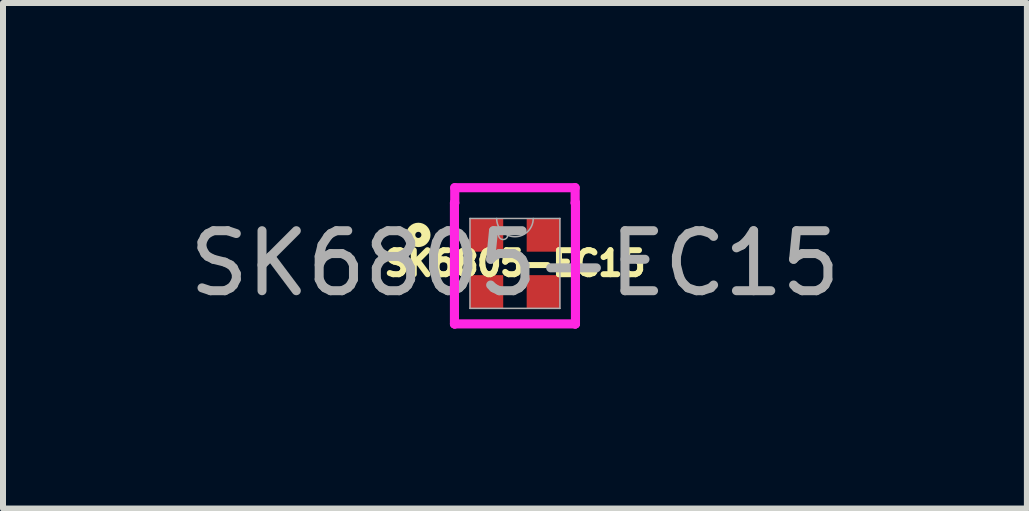
<source format=kicad_pcb>
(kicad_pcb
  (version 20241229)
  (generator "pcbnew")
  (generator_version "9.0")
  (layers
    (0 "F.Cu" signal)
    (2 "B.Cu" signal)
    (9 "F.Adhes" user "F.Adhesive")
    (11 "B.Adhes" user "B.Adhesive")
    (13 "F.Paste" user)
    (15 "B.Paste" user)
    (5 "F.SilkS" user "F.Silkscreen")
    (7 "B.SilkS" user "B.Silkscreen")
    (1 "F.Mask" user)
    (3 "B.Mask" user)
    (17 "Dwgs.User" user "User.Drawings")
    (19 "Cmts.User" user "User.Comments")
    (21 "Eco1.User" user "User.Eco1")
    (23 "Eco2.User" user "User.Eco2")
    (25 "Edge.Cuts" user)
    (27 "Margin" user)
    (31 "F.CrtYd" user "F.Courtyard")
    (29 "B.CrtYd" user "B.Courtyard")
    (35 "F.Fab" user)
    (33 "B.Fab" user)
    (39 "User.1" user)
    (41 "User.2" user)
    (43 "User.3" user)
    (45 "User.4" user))
  (footprint "SK6805-EC15"
    (layer "F.Cu")
    (at 5.53 1.339)
    (property "Reference" "SK6805-EC15" (at 0 0 0) (unlocked yes) (layer "F.SilkS") (effects (font (size 0.4 0.4) (thickness 0.1) (bold yes))))
    (attr smd)
    (fp_circle (center -1.61 -0.475) (end -1.483 -0.475) (stroke (width 0.152) (type solid)) (fill no) (layer "F.SilkS"))
    (fp_line (start -1.008 -1.008) (end -1.003 -1.008) (stroke (width 0.152) (type solid)) (layer "F.CrtYd"))
    (fp_line (start -1.008 1.008) (end -1.008 -1.008) (stroke (width 0.152) (type solid)) (layer "F.CrtYd"))
    (fp_line (start -1.008 1.008) (end -1.003 1.008) (stroke (width 0.152) (type solid)) (layer "F.CrtYd"))
    (fp_line (start -1.003 -1.262) (end 1.003 -1.262) (stroke (width 0.152) (type solid)) (layer "F.CrtYd"))
    (fp_line (start -1.003 -1.008) (end -1.003 -1.262) (stroke (width 0.152) (type solid)) (layer "F.CrtYd"))
    (fp_line (start -1.003 1.008) (end -1.003 1.008) (stroke (width 0.152) (type solid)) (layer "F.CrtYd"))
    (fp_line (start 1.003 -1.262) (end 1.003 -1.008) (stroke (width 0.152) (type solid)) (layer "F.CrtYd"))
    (fp_line (start 1.003 1.008) (end -1.003 1.008) (stroke (width 0.152) (type solid)) (layer "F.CrtYd"))
    (fp_line (start 1.003 1.008) (end 1.003 1.008) (stroke (width 0.152) (type solid)) (layer "F.CrtYd"))
    (fp_line (start 1.008 -1.008) (end 1.003 -1.008) (stroke (width 0.152) (type solid)) (layer "F.CrtYd"))
    (fp_line (start 1.008 -1.008) (end 1.008 1.008) (stroke (width 0.152) (type solid)) (layer "F.CrtYd"))
    (fp_line (start 1.008 1.008) (end 1.003 1.008) (stroke (width 0.152) (type solid)) (layer "F.CrtYd"))
    (fp_line (start -0.749 -0.749) (end -0.749 0.749) (stroke (width 0.025) (type solid)) (layer "F.Fab"))
    (fp_line (start -0.749 0.749) (end 0.749 0.749) (stroke (width 0.025) (type solid)) (layer "F.Fab"))
    (fp_line (start 0.749 -0.749) (end -0.749 -0.749) (stroke (width 0.025) (type solid)) (layer "F.Fab"))
    (fp_line (start 0.749 0.749) (end 0.749 -0.749) (stroke (width 0.025) (type solid)) (layer "F.Fab"))
    (fp_arc (start 0.3048 -0.7493) (mid 0 -0.4445) (end -0.3048 -0.7493) (stroke (width 0.0254) (type solid)) (layer "F.Fab"))
    (fp_circle (center -0.196 -0.475) (end -0.119 -0.475) (stroke (width 0.025) (type solid)) (fill no) (layer "F.Fab"))
    (fp_text user "${REFERENCE}" (at 0 0 0) (unlocked yes) (layer "F.Fab") (effects (font (size 1 1) (thickness 0.15))))
    (pad "1" smd rect (at -0.475 -0.475) (size 0.559 0.559) (layers "F.Cu" "F.Mask" "F.Paste"))
    (pad "2" smd rect (at -0.475 0.475) (size 0.559 0.559) (layers "F.Cu" "F.Mask" "F.Paste"))
    (pad "3" smd rect (at 0.475 0.475) (size 0.559 0.559) (layers "F.Cu" "F.Mask" "F.Paste"))
    (pad "4" smd rect (at 0.475 -0.475) (size 0.559 0.559) (layers "F.Cu" "F.Mask" "F.Paste")))
  (gr_rect
    (start -3 -3)
    (end 14.06 5.423)
    (stroke (width 0.1) (type default))
    (fill no)
    (layer "Edge.Cuts")))
</source>
